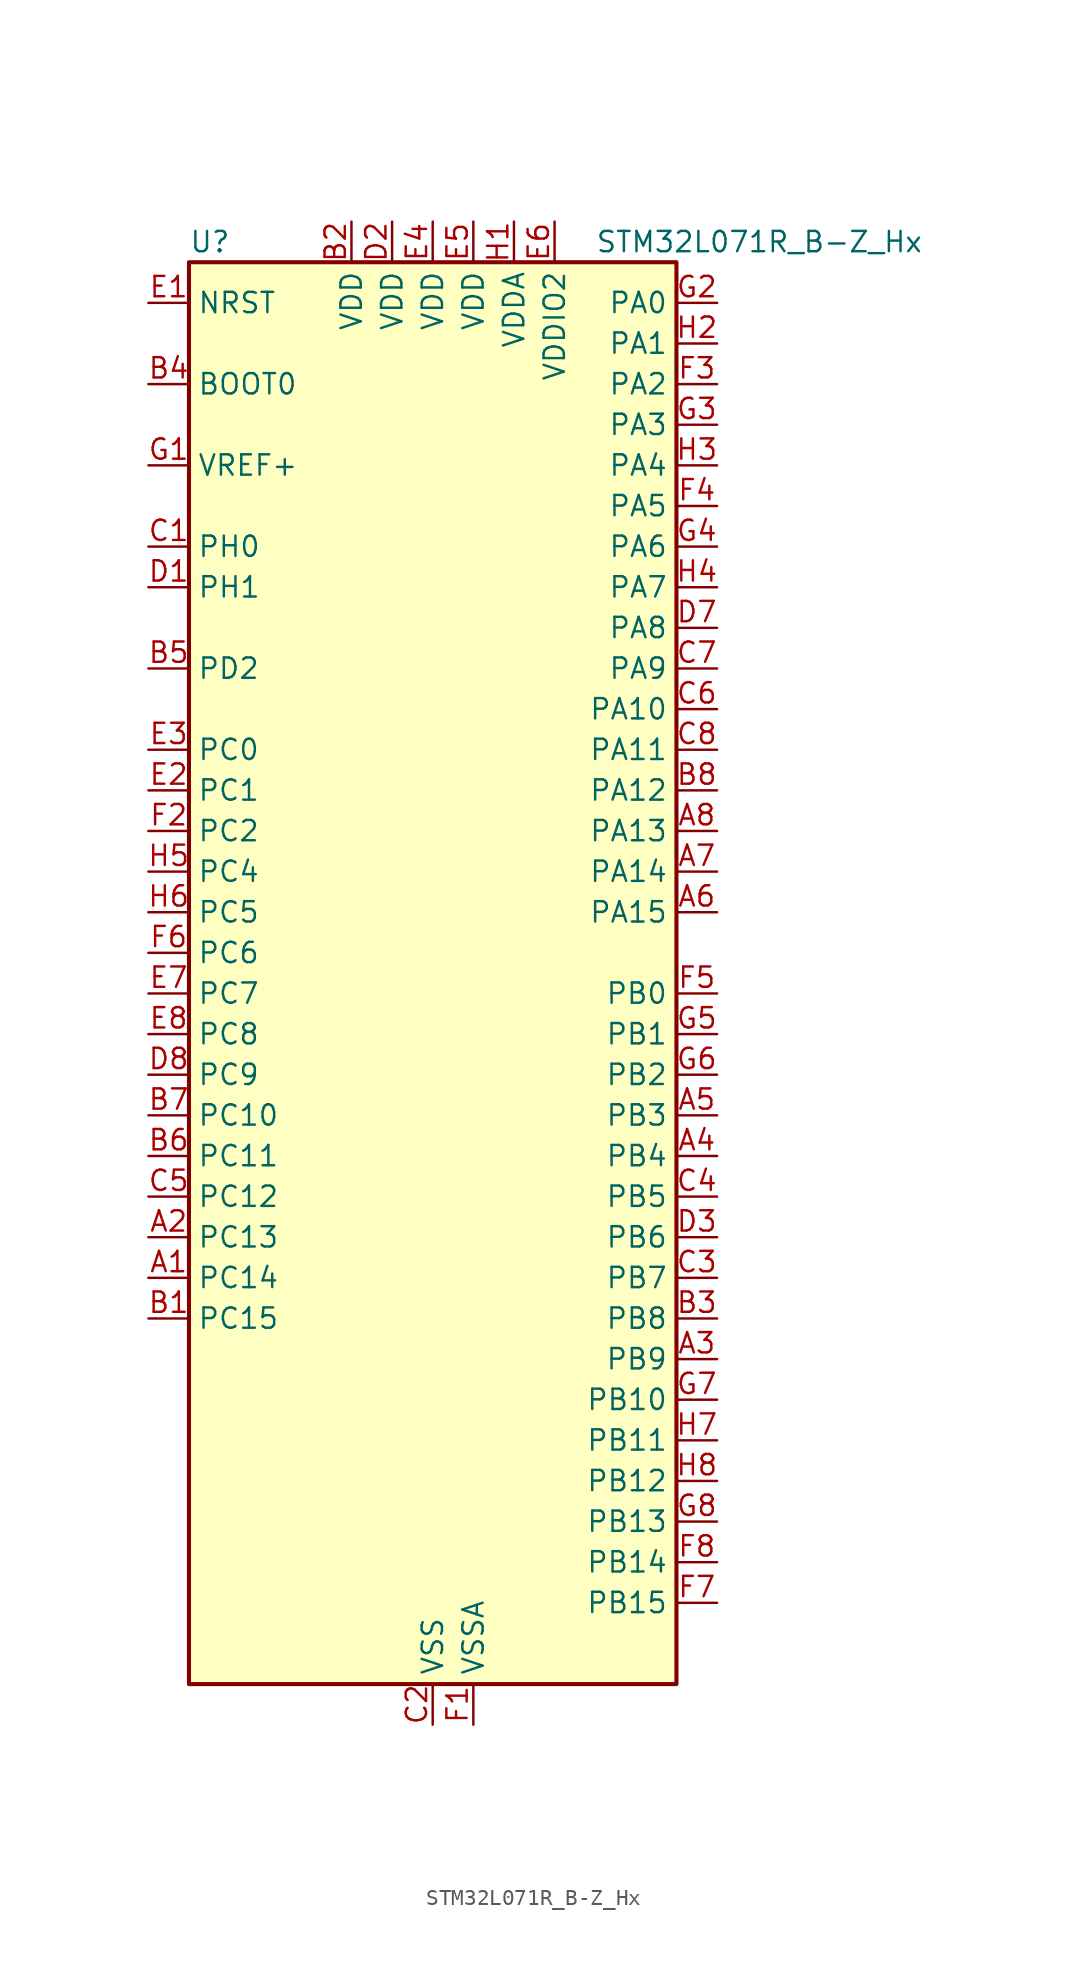
<source format=kicad_sym>
(kicad_symbol_lib
  (version 20231120)
  (generator "kicad_symbol_editor")
  (generator_version "8.0")
  (symbol "STM32L071R_B-Z_Hx"
    (property "Reference" "U"
      (at -15.24 46.99 0)
      (effects (font (size 1.27 1.27)) (justify left)))
    (property "Value" "STM32L071R_B-Z_Hx"
      (at 10.16 46.99 0)
      (effects (font (size 1.27 1.27)) (justify left)))
    (property "ki_locked" ""
      (at 0 0 0)
      (effects (font (size 1.27 1.27))))
    (symbol "STM32L071R_B-Z_Hx_0_1"
      (rectangle (start -15.24 -43.18) (end 15.24 45.72) (stroke (width 0.254) (type default)) (fill (type background))))
    (symbol "STM32L071R_B-Z_Hx_1_1"
      (pin bidirectional line (at -17.78 -17.78 0) (length 2.54) (name "PC14" (effects (font (size 1.27 1.27)))) (number "A1" (effects (font (size 1.27 1.27)))) (alternate "RCC_OSC32_IN" bidirectional line))
      (pin bidirectional line (at -17.78 -15.24 0) (length 2.54) (name "PC13" (effects (font (size 1.27 1.27)))) (number "A2" (effects (font (size 1.27 1.27)))) (alternate "RTC_OUT_ALARM" bidirectional line) (alternate "RTC_OUT_CALIB" bidirectional line) (alternate "RTC_TAMP1" bidirectional line) (alternate "RTC_TS" bidirectional line) (alternate "SYS_WKUP2" bidirectional line))
      (pin bidirectional line (at 17.78 -22.86 180) (length 2.54) (name "PB9" (effects (font (size 1.27 1.27)))) (number "A3" (effects (font (size 1.27 1.27)))) (alternate "I2C1_SDA" bidirectional line) (alternate "I2S2_WS" bidirectional line) (alternate "SPI2_NSS" bidirectional line))
      (pin bidirectional line (at 17.78 -10.16 180) (length 2.54) (name "PB4" (effects (font (size 1.27 1.27)))) (number "A4" (effects (font (size 1.27 1.27)))) (alternate "COMP2_INP" bidirectional line) (alternate "I2C3_SDA" bidirectional line) (alternate "SPI1_MISO" bidirectional line) (alternate "TIM22_CH1" bidirectional line) (alternate "TIM3_CH1" bidirectional line) (alternate "USART1_CTS" bidirectional line) (alternate "USART5_RX" bidirectional line))
      (pin bidirectional line (at 17.78 -7.62 180) (length 2.54) (name "PB3" (effects (font (size 1.27 1.27)))) (number "A5" (effects (font (size 1.27 1.27)))) (alternate "COMP2_INM" bidirectional line) (alternate "SPI1_SCK" bidirectional line) (alternate "TIM2_CH2" bidirectional line) (alternate "USART1_DE" bidirectional line) (alternate "USART1_RTS" bidirectional line) (alternate "USART5_TX" bidirectional line))
      (pin bidirectional line (at 17.78 5.08 180) (length 2.54) (name "PA15" (effects (font (size 1.27 1.27)))) (number "A6" (effects (font (size 1.27 1.27)))) (alternate "SPI1_NSS" bidirectional line) (alternate "TIM2_CH1" bidirectional line) (alternate "TIM2_ETR" bidirectional line) (alternate "USART2_RX" bidirectional line) (alternate "USART4_DE" bidirectional line) (alternate "USART4_RTS" bidirectional line))
      (pin bidirectional line (at 17.78 7.62 180) (length 2.54) (name "PA14" (effects (font (size 1.27 1.27)))) (number "A7" (effects (font (size 1.27 1.27)))) (alternate "LPUART1_TX" bidirectional line) (alternate "SYS_SWCLK" bidirectional line) (alternate "USART2_TX" bidirectional line))
      (pin bidirectional line (at 17.78 10.16 180) (length 2.54) (name "PA13" (effects (font (size 1.27 1.27)))) (number "A8" (effects (font (size 1.27 1.27)))) (alternate "LPUART1_RX" bidirectional line) (alternate "SYS_SWDIO" bidirectional line))
      (pin bidirectional line (at -17.78 -20.32 0) (length 2.54) (name "PC15" (effects (font (size 1.27 1.27)))) (number "B1" (effects (font (size 1.27 1.27)))) (alternate "RCC_OSC32_OUT" bidirectional line))
      (pin power_in line (at -5.08 48.26 270) (length 2.54) (name "VDD" (effects (font (size 1.27 1.27)))) (number "B2" (effects (font (size 1.27 1.27)))))
      (pin bidirectional line (at 17.78 -20.32 180) (length 2.54) (name "PB8" (effects (font (size 1.27 1.27)))) (number "B3" (effects (font (size 1.27 1.27)))) (alternate "I2C1_SCL" bidirectional line))
      (pin input line (at -17.78 38.1 0) (length 2.54) (name "BOOT0" (effects (font (size 1.27 1.27)))) (number "B4" (effects (font (size 1.27 1.27)))))
      (pin bidirectional line (at -17.78 20.32 0) (length 2.54) (name "PD2" (effects (font (size 1.27 1.27)))) (number "B5" (effects (font (size 1.27 1.27)))) (alternate "LPUART1_DE" bidirectional line) (alternate "LPUART1_RTS" bidirectional line) (alternate "TIM3_ETR" bidirectional line) (alternate "USART5_RX" bidirectional line))
      (pin bidirectional line (at -17.78 -10.16 0) (length 2.54) (name "PC11" (effects (font (size 1.27 1.27)))) (number "B6" (effects (font (size 1.27 1.27)))) (alternate "ADC_EXTI11" bidirectional line) (alternate "LPUART1_RX" bidirectional line) (alternate "USART4_RX" bidirectional line))
      (pin bidirectional line (at -17.78 -7.62 0) (length 2.54) (name "PC10" (effects (font (size 1.27 1.27)))) (number "B7" (effects (font (size 1.27 1.27)))) (alternate "LPUART1_TX" bidirectional line) (alternate "USART4_TX" bidirectional line))
      (pin bidirectional line (at 17.78 12.7 180) (length 2.54) (name "PA12" (effects (font (size 1.27 1.27)))) (number "B8" (effects (font (size 1.27 1.27)))) (alternate "COMP2_OUT" bidirectional line) (alternate "SPI1_MOSI" bidirectional line) (alternate "USART1_DE" bidirectional line) (alternate "USART1_RTS" bidirectional line))
      (pin bidirectional line (at -17.78 27.94 0) (length 2.54) (name "PH0" (effects (font (size 1.27 1.27)))) (number "C1" (effects (font (size 1.27 1.27)))) (alternate "RCC_OSC_IN" bidirectional line))
      (pin power_in line (at 0 -45.72 90) (length 2.54) (name "VSS" (effects (font (size 1.27 1.27)))) (number "C2" (effects (font (size 1.27 1.27)))))
      (pin bidirectional line (at 17.78 -17.78 180) (length 2.54) (name "PB7" (effects (font (size 1.27 1.27)))) (number "C3" (effects (font (size 1.27 1.27)))) (alternate "COMP2_INP" bidirectional line) (alternate "I2C1_SDA" bidirectional line) (alternate "LPTIM1_IN2" bidirectional line) (alternate "SYS_PVD_IN" bidirectional line) (alternate "USART1_RX" bidirectional line) (alternate "USART4_CTS" bidirectional line))
      (pin bidirectional line (at 17.78 -12.7 180) (length 2.54) (name "PB5" (effects (font (size 1.27 1.27)))) (number "C4" (effects (font (size 1.27 1.27)))) (alternate "COMP2_INP" bidirectional line) (alternate "I2C1_SMBA" bidirectional line) (alternate "LPTIM1_IN1" bidirectional line) (alternate "SPI1_MOSI" bidirectional line) (alternate "TIM22_CH2" bidirectional line) (alternate "TIM3_CH2" bidirectional line) (alternate "USART1_CK" bidirectional line) (alternate "USART5_CK" bidirectional line) (alternate "USART5_DE" bidirectional line) (alternate "USART5_RTS" bidirectional line))
      (pin bidirectional line (at -17.78 -12.7 0) (length 2.54) (name "PC12" (effects (font (size 1.27 1.27)))) (number "C5" (effects (font (size 1.27 1.27)))) (alternate "USART4_CK" bidirectional line) (alternate "USART5_TX" bidirectional line))
      (pin bidirectional line (at 17.78 17.78 180) (length 2.54) (name "PA10" (effects (font (size 1.27 1.27)))) (number "C6" (effects (font (size 1.27 1.27)))) (alternate "I2C1_SDA" bidirectional line) (alternate "USART1_RX" bidirectional line))
      (pin bidirectional line (at 17.78 20.32 180) (length 2.54) (name "PA9" (effects (font (size 1.27 1.27)))) (number "C7" (effects (font (size 1.27 1.27)))) (alternate "I2C1_SCL" bidirectional line) (alternate "I2C3_SMBA" bidirectional line) (alternate "RCC_MCO" bidirectional line) (alternate "USART1_TX" bidirectional line))
      (pin bidirectional line (at 17.78 15.24 180) (length 2.54) (name "PA11" (effects (font (size 1.27 1.27)))) (number "C8" (effects (font (size 1.27 1.27)))) (alternate "ADC_EXTI11" bidirectional line) (alternate "COMP1_OUT" bidirectional line) (alternate "SPI1_MISO" bidirectional line) (alternate "USART1_CTS" bidirectional line))
      (pin bidirectional line (at -17.78 25.4 0) (length 2.54) (name "PH1" (effects (font (size 1.27 1.27)))) (number "D1" (effects (font (size 1.27 1.27)))) (alternate "RCC_OSC_OUT" bidirectional line))
      (pin power_in line (at -2.54 48.26 270) (length 2.54) (name "VDD" (effects (font (size 1.27 1.27)))) (number "D2" (effects (font (size 1.27 1.27)))))
      (pin bidirectional line (at 17.78 -15.24 180) (length 2.54) (name "PB6" (effects (font (size 1.27 1.27)))) (number "D3" (effects (font (size 1.27 1.27)))) (alternate "COMP2_INP" bidirectional line) (alternate "I2C1_SCL" bidirectional line) (alternate "LPTIM1_ETR" bidirectional line) (alternate "USART1_TX" bidirectional line))
      (pin passive line (at 0 -45.72 90) (length 2.54) hide (name "VSS" (effects (font (size 1.27 1.27)))) (number "D4" (effects (font (size 1.27 1.27)))))
      (pin passive line (at 0 -45.72 90) (length 2.54) hide (name "VSS" (effects (font (size 1.27 1.27)))) (number "D5" (effects (font (size 1.27 1.27)))))
      (pin passive line (at 0 -45.72 90) (length 2.54) hide (name "VSS" (effects (font (size 1.27 1.27)))) (number "D6" (effects (font (size 1.27 1.27)))))
      (pin bidirectional line (at 17.78 22.86 180) (length 2.54) (name "PA8" (effects (font (size 1.27 1.27)))) (number "D7" (effects (font (size 1.27 1.27)))) (alternate "I2C3_SCL" bidirectional line) (alternate "RCC_MCO" bidirectional line) (alternate "USART1_CK" bidirectional line))
      (pin bidirectional line (at -17.78 -5.08 0) (length 2.54) (name "PC9" (effects (font (size 1.27 1.27)))) (number "D8" (effects (font (size 1.27 1.27)))) (alternate "I2C3_SDA" bidirectional line) (alternate "TIM21_ETR" bidirectional line) (alternate "TIM3_CH4" bidirectional line))
      (pin input line (at -17.78 43.18 0) (length 2.54) (name "NRST" (effects (font (size 1.27 1.27)))) (number "E1" (effects (font (size 1.27 1.27)))))
      (pin bidirectional line (at -17.78 12.7 0) (length 2.54) (name "PC1" (effects (font (size 1.27 1.27)))) (number "E2" (effects (font (size 1.27 1.27)))) (alternate "ADC_IN11" bidirectional line) (alternate "I2C3_SDA" bidirectional line) (alternate "LPTIM1_OUT" bidirectional line) (alternate "LPUART1_TX" bidirectional line))
      (pin bidirectional line (at -17.78 15.24 0) (length 2.54) (name "PC0" (effects (font (size 1.27 1.27)))) (number "E3" (effects (font (size 1.27 1.27)))) (alternate "ADC_IN10" bidirectional line) (alternate "I2C3_SCL" bidirectional line) (alternate "LPTIM1_IN1" bidirectional line) (alternate "LPUART1_RX" bidirectional line))
      (pin power_in line (at 0 48.26 270) (length 2.54) (name "VDD" (effects (font (size 1.27 1.27)))) (number "E4" (effects (font (size 1.27 1.27)))))
      (pin power_in line (at 2.54 48.26 270) (length 2.54) (name "VDD" (effects (font (size 1.27 1.27)))) (number "E5" (effects (font (size 1.27 1.27)))))
      (pin power_in line (at 7.62 48.26 270) (length 2.54) (name "VDDIO2" (effects (font (size 1.27 1.27)))) (number "E6" (effects (font (size 1.27 1.27)))))
      (pin bidirectional line (at -17.78 0 0) (length 2.54) (name "PC7" (effects (font (size 1.27 1.27)))) (number "E7" (effects (font (size 1.27 1.27)))) (alternate "TIM22_CH2" bidirectional line) (alternate "TIM3_CH2" bidirectional line))
      (pin bidirectional line (at -17.78 -2.54 0) (length 2.54) (name "PC8" (effects (font (size 1.27 1.27)))) (number "E8" (effects (font (size 1.27 1.27)))) (alternate "TIM22_ETR" bidirectional line) (alternate "TIM3_CH3" bidirectional line))
      (pin power_in line (at 2.54 -45.72 90) (length 2.54) (name "VSSA" (effects (font (size 1.27 1.27)))) (number "F1" (effects (font (size 1.27 1.27)))))
      (pin bidirectional line (at -17.78 10.16 0) (length 2.54) (name "PC2" (effects (font (size 1.27 1.27)))) (number "F2" (effects (font (size 1.27 1.27)))) (alternate "ADC_IN12" bidirectional line) (alternate "I2S2_MCK" bidirectional line) (alternate "LPTIM1_IN2" bidirectional line) (alternate "SPI2_MISO" bidirectional line))
      (pin bidirectional line (at 17.78 38.1 180) (length 2.54) (name "PA2" (effects (font (size 1.27 1.27)))) (number "F3" (effects (font (size 1.27 1.27)))) (alternate "ADC_IN2" bidirectional line) (alternate "COMP2_INM" bidirectional line) (alternate "COMP2_OUT" bidirectional line) (alternate "LPUART1_TX" bidirectional line) (alternate "TIM21_CH1" bidirectional line) (alternate "TIM2_CH3" bidirectional line) (alternate "USART2_TX" bidirectional line))
      (pin bidirectional line (at 17.78 30.48 180) (length 2.54) (name "PA5" (effects (font (size 1.27 1.27)))) (number "F4" (effects (font (size 1.27 1.27)))) (alternate "ADC_IN5" bidirectional line) (alternate "COMP1_INM" bidirectional line) (alternate "COMP2_INM" bidirectional line) (alternate "SPI1_SCK" bidirectional line) (alternate "TIM2_CH1" bidirectional line) (alternate "TIM2_ETR" bidirectional line))
      (pin bidirectional line (at 17.78 0 180) (length 2.54) (name "PB0" (effects (font (size 1.27 1.27)))) (number "F5" (effects (font (size 1.27 1.27)))) (alternate "ADC_IN8" bidirectional line) (alternate "SYS_VREF_OUT_PB0" bidirectional line) (alternate "TIM3_CH3" bidirectional line))
      (pin bidirectional line (at -17.78 2.54 0) (length 2.54) (name "PC6" (effects (font (size 1.27 1.27)))) (number "F6" (effects (font (size 1.27 1.27)))) (alternate "TIM22_CH1" bidirectional line) (alternate "TIM3_CH1" bidirectional line))
      (pin bidirectional line (at 17.78 -38.1 180) (length 2.54) (name "PB15" (effects (font (size 1.27 1.27)))) (number "F7" (effects (font (size 1.27 1.27)))) (alternate "I2S2_SD" bidirectional line) (alternate "RTC_REFIN" bidirectional line) (alternate "SPI2_MOSI" bidirectional line))
      (pin bidirectional line (at 17.78 -35.56 180) (length 2.54) (name "PB14" (effects (font (size 1.27 1.27)))) (number "F8" (effects (font (size 1.27 1.27)))) (alternate "I2C2_SDA" bidirectional line) (alternate "I2S2_MCK" bidirectional line) (alternate "LPUART1_DE" bidirectional line) (alternate "LPUART1_RTS" bidirectional line) (alternate "RTC_OUT_ALARM" bidirectional line) (alternate "RTC_OUT_CALIB" bidirectional line) (alternate "SPI2_MISO" bidirectional line) (alternate "TIM21_CH2" bidirectional line))
      (pin input line (at -17.78 33.02 0) (length 2.54) (name "VREF+" (effects (font (size 1.27 1.27)))) (number "G1" (effects (font (size 1.27 1.27)))))
      (pin bidirectional line (at 17.78 43.18 180) (length 2.54) (name "PA0" (effects (font (size 1.27 1.27)))) (number "G2" (effects (font (size 1.27 1.27)))) (alternate "ADC_IN0" bidirectional line) (alternate "COMP1_INM" bidirectional line) (alternate "COMP1_OUT" bidirectional line) (alternate "RTC_TAMP2" bidirectional line) (alternate "SYS_WKUP1" bidirectional line) (alternate "TIM2_CH1" bidirectional line) (alternate "TIM2_ETR" bidirectional line) (alternate "USART2_CTS" bidirectional line) (alternate "USART4_TX" bidirectional line))
      (pin bidirectional line (at 17.78 35.56 180) (length 2.54) (name "PA3" (effects (font (size 1.27 1.27)))) (number "G3" (effects (font (size 1.27 1.27)))) (alternate "ADC_IN3" bidirectional line) (alternate "COMP2_INP" bidirectional line) (alternate "LPUART1_RX" bidirectional line) (alternate "TIM21_CH2" bidirectional line) (alternate "TIM2_CH4" bidirectional line) (alternate "USART2_RX" bidirectional line))
      (pin bidirectional line (at 17.78 27.94 180) (length 2.54) (name "PA6" (effects (font (size 1.27 1.27)))) (number "G4" (effects (font (size 1.27 1.27)))) (alternate "ADC_IN6" bidirectional line) (alternate "COMP1_OUT" bidirectional line) (alternate "LPUART1_CTS" bidirectional line) (alternate "SPI1_MISO" bidirectional line) (alternate "TIM22_CH1" bidirectional line) (alternate "TIM3_CH1" bidirectional line))
      (pin bidirectional line (at 17.78 -2.54 180) (length 2.54) (name "PB1" (effects (font (size 1.27 1.27)))) (number "G5" (effects (font (size 1.27 1.27)))) (alternate "ADC_IN9" bidirectional line) (alternate "LPUART1_DE" bidirectional line) (alternate "LPUART1_RTS" bidirectional line) (alternate "SYS_VREF_OUT_PB1" bidirectional line) (alternate "TIM3_CH4" bidirectional line))
      (pin bidirectional line (at 17.78 -5.08 180) (length 2.54) (name "PB2" (effects (font (size 1.27 1.27)))) (number "G6" (effects (font (size 1.27 1.27)))) (alternate "I2C3_SMBA" bidirectional line) (alternate "LPTIM1_OUT" bidirectional line))
      (pin bidirectional line (at 17.78 -25.4 180) (length 2.54) (name "PB10" (effects (font (size 1.27 1.27)))) (number "G7" (effects (font (size 1.27 1.27)))) (alternate "I2C2_SCL" bidirectional line) (alternate "LPUART1_RX" bidirectional line) (alternate "LPUART1_TX" bidirectional line) (alternate "SPI2_SCK" bidirectional line) (alternate "TIM2_CH3" bidirectional line))
      (pin bidirectional line (at 17.78 -33.02 180) (length 2.54) (name "PB13" (effects (font (size 1.27 1.27)))) (number "G8" (effects (font (size 1.27 1.27)))) (alternate "I2C2_SCL" bidirectional line) (alternate "I2S2_CK" bidirectional line) (alternate "LPUART1_CTS" bidirectional line) (alternate "RCC_MCO" bidirectional line) (alternate "SPI2_SCK" bidirectional line) (alternate "TIM21_CH1" bidirectional line))
      (pin power_in line (at 5.08 48.26 270) (length 2.54) (name "VDDA" (effects (font (size 1.27 1.27)))) (number "H1" (effects (font (size 1.27 1.27)))))
      (pin bidirectional line (at 17.78 40.64 180) (length 2.54) (name "PA1" (effects (font (size 1.27 1.27)))) (number "H2" (effects (font (size 1.27 1.27)))) (alternate "ADC_IN1" bidirectional line) (alternate "COMP1_INP" bidirectional line) (alternate "TIM21_ETR" bidirectional line) (alternate "TIM2_CH2" bidirectional line) (alternate "USART2_DE" bidirectional line) (alternate "USART2_RTS" bidirectional line) (alternate "USART4_RX" bidirectional line))
      (pin bidirectional line (at 17.78 33.02 180) (length 2.54) (name "PA4" (effects (font (size 1.27 1.27)))) (number "H3" (effects (font (size 1.27 1.27)))) (alternate "ADC_IN4" bidirectional line) (alternate "COMP1_INM" bidirectional line) (alternate "COMP2_INM" bidirectional line) (alternate "SPI1_NSS" bidirectional line) (alternate "TIM22_ETR" bidirectional line) (alternate "USART2_CK" bidirectional line))
      (pin bidirectional line (at 17.78 25.4 180) (length 2.54) (name "PA7" (effects (font (size 1.27 1.27)))) (number "H4" (effects (font (size 1.27 1.27)))) (alternate "ADC_IN7" bidirectional line) (alternate "COMP2_OUT" bidirectional line) (alternate "SPI1_MOSI" bidirectional line) (alternate "TIM22_CH2" bidirectional line) (alternate "TIM3_CH2" bidirectional line))
      (pin bidirectional line (at -17.78 7.62 0) (length 2.54) (name "PC4" (effects (font (size 1.27 1.27)))) (number "H5" (effects (font (size 1.27 1.27)))) (alternate "ADC_IN14" bidirectional line) (alternate "LPUART1_TX" bidirectional line))
      (pin bidirectional line (at -17.78 5.08 0) (length 2.54) (name "PC5" (effects (font (size 1.27 1.27)))) (number "H6" (effects (font (size 1.27 1.27)))) (alternate "ADC_IN15" bidirectional line) (alternate "LPUART1_RX" bidirectional line))
      (pin bidirectional line (at 17.78 -27.94 180) (length 2.54) (name "PB11" (effects (font (size 1.27 1.27)))) (number "H7" (effects (font (size 1.27 1.27)))) (alternate "ADC_EXTI11" bidirectional line) (alternate "I2C2_SDA" bidirectional line) (alternate "LPUART1_RX" bidirectional line) (alternate "LPUART1_TX" bidirectional line) (alternate "TIM2_CH4" bidirectional line))
      (pin bidirectional line (at 17.78 -30.48 180) (length 2.54) (name "PB12" (effects (font (size 1.27 1.27)))) (number "H8" (effects (font (size 1.27 1.27)))) (alternate "I2S2_WS" bidirectional line) (alternate "LPUART1_DE" bidirectional line) (alternate "LPUART1_RTS" bidirectional line) (alternate "SPI2_NSS" bidirectional line)))))
</source>
